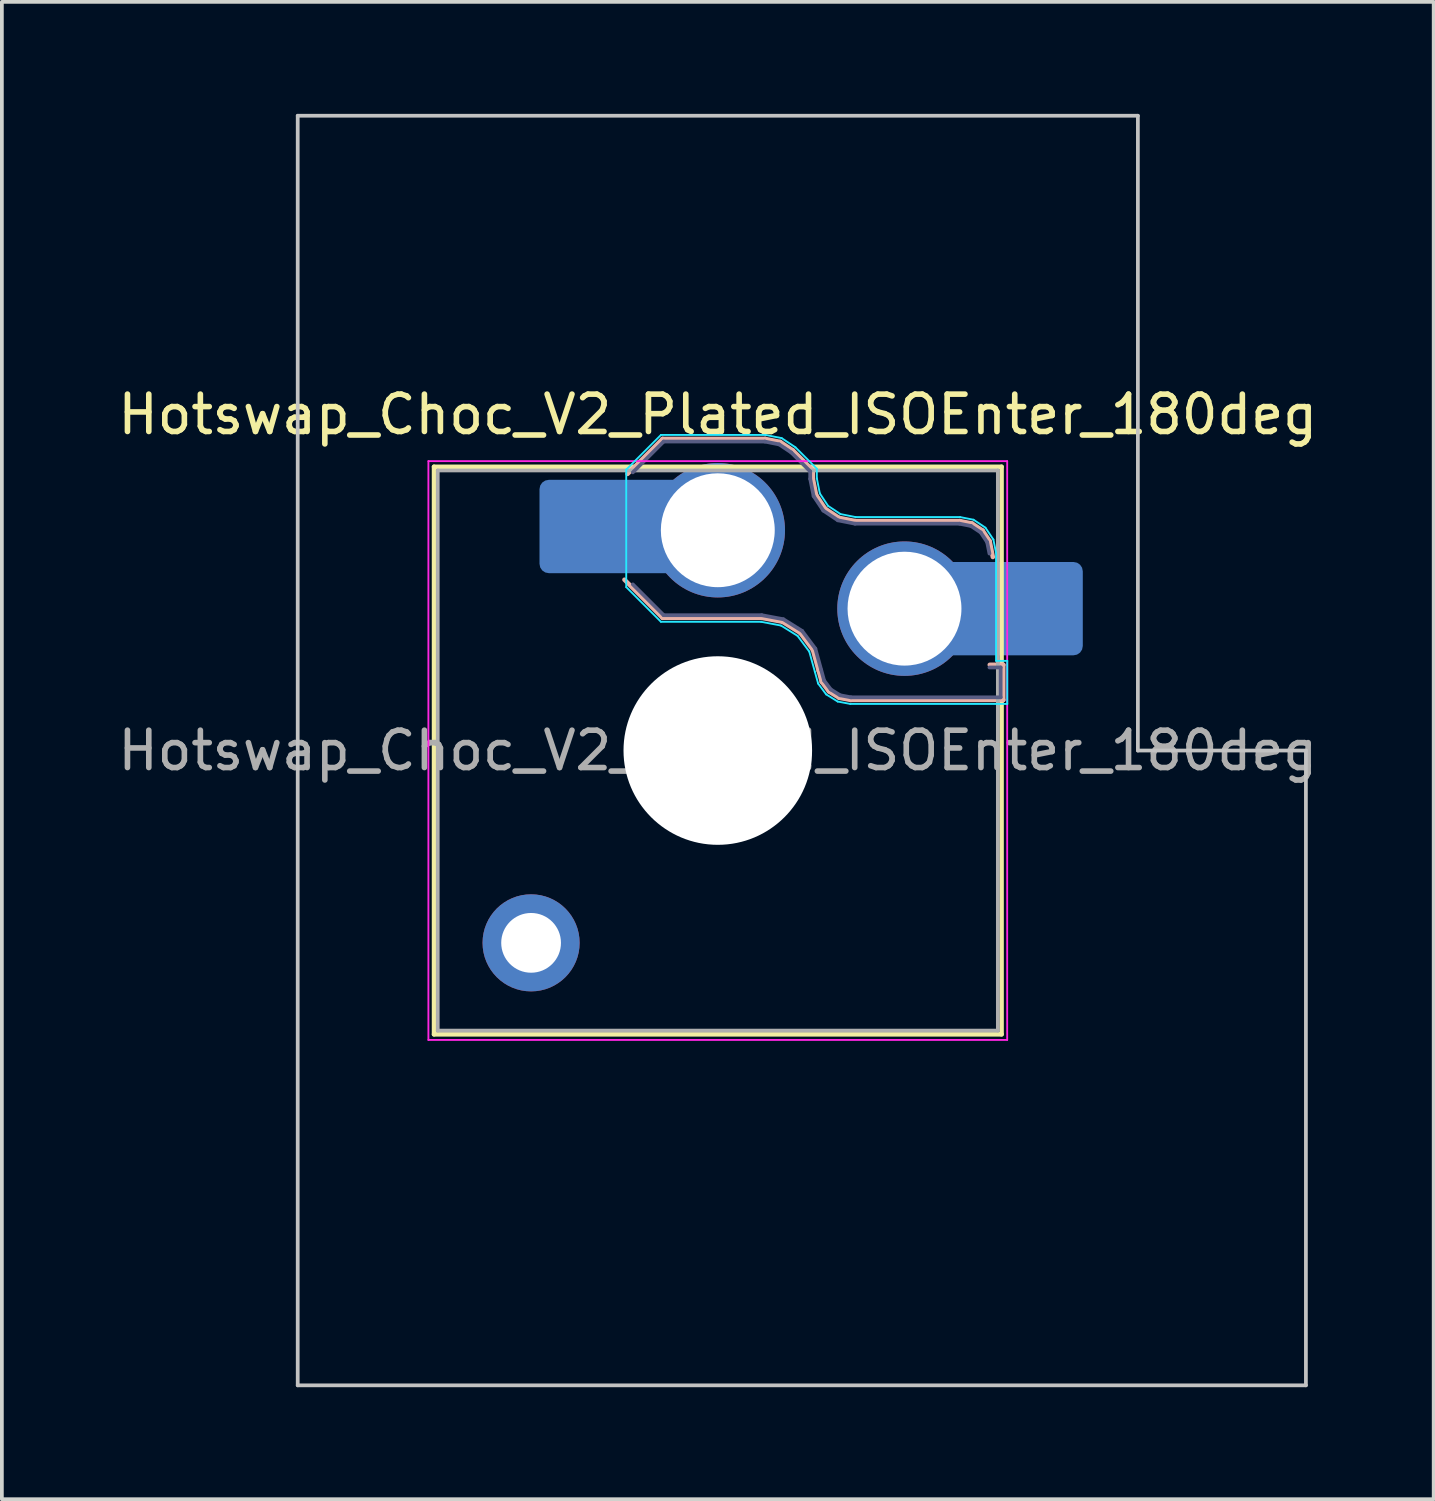
<source format=kicad_pcb>
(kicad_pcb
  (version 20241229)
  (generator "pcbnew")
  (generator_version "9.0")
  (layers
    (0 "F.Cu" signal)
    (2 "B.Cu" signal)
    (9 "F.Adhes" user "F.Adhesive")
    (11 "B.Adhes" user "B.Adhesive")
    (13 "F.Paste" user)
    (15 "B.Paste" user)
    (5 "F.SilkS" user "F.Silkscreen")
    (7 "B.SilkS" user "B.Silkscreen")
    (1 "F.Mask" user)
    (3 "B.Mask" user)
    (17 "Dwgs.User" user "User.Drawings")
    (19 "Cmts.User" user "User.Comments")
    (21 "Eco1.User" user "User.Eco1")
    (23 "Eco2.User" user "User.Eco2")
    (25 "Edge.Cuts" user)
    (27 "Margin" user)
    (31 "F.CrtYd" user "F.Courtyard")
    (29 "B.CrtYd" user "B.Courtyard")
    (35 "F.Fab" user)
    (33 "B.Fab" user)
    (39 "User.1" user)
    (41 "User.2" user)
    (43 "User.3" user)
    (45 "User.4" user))
  (footprint "Hotswap_Choc_V2_Plated_ISOEnter_180deg"
    (layer "F.Cu")
    (at 16.173 17.05)
    (property "Reference" "Hotswap_Choc_V2_Plated_ISOEnter_180deg" (at 0 -9 0) (layer "F.SilkS") (effects (font (size 1 1) (thickness 0.15))))
    (attr smd)
    (fp_line (start -7.6 -7.6) (end -7.6 7.6) (stroke (width 0.12) (type solid)) (layer "F.SilkS"))
    (fp_line (start -7.6 7.6) (end 7.6 7.6) (stroke (width 0.12) (type solid)) (layer "F.SilkS"))
    (fp_line (start 7.6 -7.6) (end -7.6 -7.6) (stroke (width 0.12) (type solid)) (layer "F.SilkS"))
    (fp_line (start 7.6 7.6) (end 7.6 -7.6) (stroke (width 0.12) (type solid)) (layer "F.SilkS"))
    (fp_line (start -2.416 -7.409) (end -1.479 -8.346) (stroke (width 0.12) (type solid)) (layer "B.SilkS"))
    (fp_line (start -1.479 -8.346) (end 1.268 -8.346) (stroke (width 0.12) (type solid)) (layer "B.SilkS"))
    (fp_line (start -1.479 -3.554) (end -2.5 -4.575) (stroke (width 0.12) (type solid)) (layer "B.SilkS"))
    (fp_line (start 1.168 -3.554) (end -1.479 -3.554) (stroke (width 0.12) (type solid)) (layer "B.SilkS"))
    (fp_line (start 1.268 -8.346) (end 1.671 -8.266) (stroke (width 0.12) (type solid)) (layer "B.SilkS"))
    (fp_line (start 1.671 -8.266) (end 2.013 -8.037) (stroke (width 0.12) (type solid)) (layer "B.SilkS"))
    (fp_line (start 1.73 -3.449) (end 1.168 -3.554) (stroke (width 0.12) (type solid)) (layer "B.SilkS"))
    (fp_line (start 2.013 -8.037) (end 2.546 -7.504) (stroke (width 0.12) (type solid)) (layer "B.SilkS"))
    (fp_line (start 2.209 -3.15) (end 1.73 -3.449) (stroke (width 0.12) (type solid)) (layer "B.SilkS"))
    (fp_line (start 2.546 -7.504) (end 2.546 -7.282) (stroke (width 0.12) (type solid)) (layer "B.SilkS"))
    (fp_line (start 2.546 -7.282) (end 2.633 -6.844) (stroke (width 0.12) (type solid)) (layer "B.SilkS"))
    (fp_line (start 2.547 -2.697) (end 2.209 -3.15) (stroke (width 0.12) (type solid)) (layer "B.SilkS"))
    (fp_line (start 2.633 -6.844) (end 2.877 -6.477) (stroke (width 0.12) (type solid)) (layer "B.SilkS"))
    (fp_line (start 2.701 -2.139) (end 2.547 -2.697) (stroke (width 0.12) (type solid)) (layer "B.SilkS"))
    (fp_line (start 2.783 -1.841) (end 2.701 -2.139) (stroke (width 0.12) (type solid)) (layer "B.SilkS"))
    (fp_line (start 2.877 -6.477) (end 3.244 -6.233) (stroke (width 0.12) (type solid)) (layer "B.SilkS"))
    (fp_line (start 2.976 -1.583) (end 2.783 -1.841) (stroke (width 0.12) (type solid)) (layer "B.SilkS"))
    (fp_line (start 3.244 -6.233) (end 3.682 -6.146) (stroke (width 0.12) (type solid)) (layer "B.SilkS"))
    (fp_line (start 3.25 -1.413) (end 2.976 -1.583) (stroke (width 0.12) (type solid)) (layer "B.SilkS"))
    (fp_line (start 3.56 -1.354) (end 3.25 -1.413) (stroke (width 0.12) (type solid)) (layer "B.SilkS"))
    (fp_line (start 3.682 -6.146) (end 6.482 -6.146) (stroke (width 0.12) (type solid)) (layer "B.SilkS"))
    (fp_line (start 6.482 -6.146) (end 6.809 -6.081) (stroke (width 0.12) (type solid)) (layer "B.SilkS"))
    (fp_line (start 6.809 -6.081) (end 7.092 -5.892) (stroke (width 0.12) (type solid)) (layer "B.SilkS"))
    (fp_line (start 7.092 -5.892) (end 7.281 -5.609) (stroke (width 0.12) (type solid)) (layer "B.SilkS"))
    (fp_line (start 7.281 -5.609) (end 7.366 -5.182) (stroke (width 0.12) (type solid)) (layer "B.SilkS"))
    (fp_line (start 7.283 -2.296) (end 7.646 -2.296) (stroke (width 0.12) (type solid)) (layer "B.SilkS"))
    (fp_line (start 7.646 -2.296) (end 7.646 -1.354) (stroke (width 0.12) (type solid)) (layer "B.SilkS"))
    (fp_line (start 7.646 -1.354) (end 3.56 -1.354) (stroke (width 0.12) (type solid)) (layer "B.SilkS"))
    (fp_line (start -11.25 -17) (end -11.25 17) (stroke (width 0.1) (type solid)) (layer "Dwgs.User"))
    (fp_line (start -11.25 17) (end 15.75 17) (stroke (width 0.1) (type solid)) (layer "Dwgs.User"))
    (fp_line (start 11.25 -17) (end -11.25 -17) (stroke (width 0.1) (type solid)) (layer "Dwgs.User"))
    (fp_line (start 11.25 0) (end 11.25 -17) (stroke (width 0.1) (type solid)) (layer "Dwgs.User"))
    (fp_line (start 15.75 0) (end 11.25 0) (stroke (width 0.1) (type solid)) (layer "Dwgs.User"))
    (fp_line (start 15.75 17) (end 15.75 0) (stroke (width 0.1) (type solid)) (layer "Dwgs.User"))
    (fp_line (start -7.25 -7.25) (end -7.25 7.25) (stroke (width 0.1) (type solid)) (layer "Eco1.User"))
    (fp_line (start -7.25 7.25) (end 7.25 7.25) (stroke (width 0.1) (type solid)) (layer "Eco1.User"))
    (fp_line (start 7.25 -7.25) (end -7.25 -7.25) (stroke (width 0.1) (type solid)) (layer "Eco1.User"))
    (fp_line (start 7.25 7.25) (end 7.25 -7.25) (stroke (width 0.1) (type solid)) (layer "Eco1.User"))
    (fp_line (start -2.452 -7.523) (end -1.523 -8.452) (stroke (width 0.05) (type solid)) (layer "B.CrtYd"))
    (fp_line (start -2.452 -4.377) (end -2.452 -7.523) (stroke (width 0.05) (type solid)) (layer "B.CrtYd"))
    (fp_line (start -1.523 -8.452) (end 1.278 -8.452) (stroke (width 0.05) (type solid)) (layer "B.CrtYd"))
    (fp_line (start -1.523 -3.448) (end -2.452 -4.377) (stroke (width 0.05) (type solid)) (layer "B.CrtYd"))
    (fp_line (start 1.159 -3.448) (end -1.523 -3.448) (stroke (width 0.05) (type solid)) (layer "B.CrtYd"))
    (fp_line (start 1.278 -8.452) (end 1.712 -8.366) (stroke (width 0.05) (type solid)) (layer "B.CrtYd"))
    (fp_line (start 1.691 -3.348) (end 1.159 -3.448) (stroke (width 0.05) (type solid)) (layer "B.CrtYd"))
    (fp_line (start 1.712 -8.366) (end 2.081 -8.119) (stroke (width 0.05) (type solid)) (layer "B.CrtYd"))
    (fp_line (start 2.081 -8.119) (end 2.652 -7.548) (stroke (width 0.05) (type solid)) (layer "B.CrtYd"))
    (fp_line (start 2.136 -3.071) (end 1.691 -3.348) (stroke (width 0.05) (type solid)) (layer "B.CrtYd"))
    (fp_line (start 2.45 -2.65) (end 2.136 -3.071) (stroke (width 0.05) (type solid)) (layer "B.CrtYd"))
    (fp_line (start 2.599 -2.111) (end 2.45 -2.65) (stroke (width 0.05) (type solid)) (layer "B.CrtYd"))
    (fp_line (start 2.652 -7.548) (end 2.652 -7.292) (stroke (width 0.05) (type solid)) (layer "B.CrtYd"))
    (fp_line (start 2.652 -7.292) (end 2.733 -6.885) (stroke (width 0.05) (type solid)) (layer "B.CrtYd"))
    (fp_line (start 2.687 -1.794) (end 2.599 -2.111) (stroke (width 0.05) (type solid)) (layer "B.CrtYd"))
    (fp_line (start 2.733 -6.885) (end 2.953 -6.553) (stroke (width 0.05) (type solid)) (layer "B.CrtYd"))
    (fp_line (start 2.903 -1.503) (end 2.687 -1.794) (stroke (width 0.05) (type solid)) (layer "B.CrtYd"))
    (fp_line (start 2.953 -6.553) (end 3.285 -6.333) (stroke (width 0.05) (type solid)) (layer "B.CrtYd"))
    (fp_line (start 3.211 -1.312) (end 2.903 -1.503) (stroke (width 0.05) (type solid)) (layer "B.CrtYd"))
    (fp_line (start 3.285 -6.333) (end 3.692 -6.252) (stroke (width 0.05) (type solid)) (layer "B.CrtYd"))
    (fp_line (start 3.55 -1.248) (end 3.211 -1.312) (stroke (width 0.05) (type solid)) (layer "B.CrtYd"))
    (fp_line (start 3.692 -6.252) (end 6.492 -6.252) (stroke (width 0.05) (type solid)) (layer "B.CrtYd"))
    (fp_line (start 6.492 -6.252) (end 6.85 -6.181) (stroke (width 0.05) (type solid)) (layer "B.CrtYd"))
    (fp_line (start 6.85 -6.181) (end 7.168 -5.968) (stroke (width 0.05) (type solid)) (layer "B.CrtYd"))
    (fp_line (start 7.168 -5.968) (end 7.381 -5.65) (stroke (width 0.05) (type solid)) (layer "B.CrtYd"))
    (fp_line (start 7.381 -5.65) (end 7.452 -5.292) (stroke (width 0.05) (type solid)) (layer "B.CrtYd"))
    (fp_line (start 7.452 -5.292) (end 7.452 -2.402) (stroke (width 0.05) (type solid)) (layer "B.CrtYd"))
    (fp_line (start 7.452 -2.402) (end 7.752 -2.402) (stroke (width 0.05) (type solid)) (layer "B.CrtYd"))
    (fp_line (start 7.752 -2.402) (end 7.752 -1.248) (stroke (width 0.05) (type solid)) (layer "B.CrtYd"))
    (fp_line (start 7.752 -1.248) (end 3.55 -1.248) (stroke (width 0.05) (type solid)) (layer "B.CrtYd"))
    (fp_line (start -7.75 -7.75) (end -7.75 7.75) (stroke (width 0.05) (type solid)) (layer "F.CrtYd"))
    (fp_line (start -7.75 7.75) (end 7.75 7.75) (stroke (width 0.05) (type solid)) (layer "F.CrtYd"))
    (fp_line (start 7.75 -7.75) (end -7.75 -7.75) (stroke (width 0.05) (type solid)) (layer "F.CrtYd"))
    (fp_line (start 7.75 7.75) (end 7.75 -7.75) (stroke (width 0.05) (type solid)) (layer "F.CrtYd"))
    (fp_line (start -2.275 -7.45) (end -1.45 -8.275) (stroke (width 0.1) (type solid)) (layer "B.Fab"))
    (fp_line (start -1.45 -8.275) (end 1.261 -8.275) (stroke (width 0.1) (type solid)) (layer "B.Fab"))
    (fp_line (start -1.45 -3.625) (end -2.275 -4.45) (stroke (width 0.1) (type solid)) (layer "B.Fab"))
    (fp_line (start 1.175 -3.625) (end -1.45 -3.625) (stroke (width 0.1) (type solid)) (layer "B.Fab"))
    (fp_line (start 1.261 -8.275) (end 1.643 -8.199) (stroke (width 0.1) (type solid)) (layer "B.Fab"))
    (fp_line (start 1.643 -8.199) (end 1.968 -7.982) (stroke (width 0.1) (type solid)) (layer "B.Fab"))
    (fp_line (start 1.756 -3.516) (end 1.175 -3.625) (stroke (width 0.1) (type solid)) (layer "B.Fab"))
    (fp_line (start 1.968 -7.982) (end 2.475 -7.475) (stroke (width 0.1) (type solid)) (layer "B.Fab"))
    (fp_line (start 2.258 -3.203) (end 1.756 -3.516) (stroke (width 0.1) (type solid)) (layer "B.Fab"))
    (fp_line (start 2.475 -7.475) (end 2.475 -7.275) (stroke (width 0.1) (type solid)) (layer "B.Fab"))
    (fp_line (start 2.475 -7.275) (end 2.566 -6.816) (stroke (width 0.1) (type solid)) (layer "B.Fab"))
    (fp_line (start 2.566 -6.816) (end 2.826 -6.426) (stroke (width 0.1) (type solid)) (layer "B.Fab"))
    (fp_line (start 2.612 -2.729) (end 2.258 -3.203) (stroke (width 0.1) (type solid)) (layer "B.Fab"))
    (fp_line (start 2.769 -2.158) (end 2.612 -2.729) (stroke (width 0.1) (type solid)) (layer "B.Fab"))
    (fp_line (start 2.826 -6.426) (end 3.216 -6.166) (stroke (width 0.1) (type solid)) (layer "B.Fab"))
    (fp_line (start 2.848 -1.873) (end 2.769 -2.158) (stroke (width 0.1) (type solid)) (layer "B.Fab"))
    (fp_line (start 3.025 -1.636) (end 2.848 -1.873) (stroke (width 0.1) (type solid)) (layer "B.Fab"))
    (fp_line (start 3.216 -6.166) (end 3.675 -6.075) (stroke (width 0.1) (type solid)) (layer "B.Fab"))
    (fp_line (start 3.276 -1.48) (end 3.025 -1.636) (stroke (width 0.1) (type solid)) (layer "B.Fab"))
    (fp_line (start 3.567 -1.425) (end 3.276 -1.48) (stroke (width 0.1) (type solid)) (layer "B.Fab"))
    (fp_line (start 3.675 -6.075) (end 6.475 -6.075) (stroke (width 0.1) (type solid)) (layer "B.Fab"))
    (fp_line (start 6.475 -6.075) (end 6.781 -6.014) (stroke (width 0.1) (type solid)) (layer "B.Fab"))
    (fp_line (start 6.781 -6.014) (end 7.041 -5.841) (stroke (width 0.1) (type solid)) (layer "B.Fab"))
    (fp_line (start 7.041 -5.841) (end 7.214 -5.581) (stroke (width 0.1) (type solid)) (layer "B.Fab"))
    (fp_line (start 7.214 -5.581) (end 7.275 -5.275) (stroke (width 0.1) (type solid)) (layer "B.Fab"))
    (fp_line (start 7.275 -2.225) (end 7.575 -2.225) (stroke (width 0.1) (type solid)) (layer "B.Fab"))
    (fp_line (start 7.575 -2.225) (end 7.575 -1.425) (stroke (width 0.1) (type solid)) (layer "B.Fab"))
    (fp_line (start 7.575 -1.425) (end 3.567 -1.425) (stroke (width 0.1) (type solid)) (layer "B.Fab"))
    (fp_line (start -7.5 -7.5) (end -7.5 7.5) (stroke (width 0.1) (type solid)) (layer "F.Fab"))
    (fp_line (start -7.5 7.5) (end 7.5 7.5) (stroke (width 0.1) (type solid)) (layer "F.Fab"))
    (fp_line (start 7.5 -7.5) (end -7.5 -7.5) (stroke (width 0.1) (type solid)) (layer "F.Fab"))
    (fp_line (start 7.5 7.5) (end 7.5 -7.5) (stroke (width 0.1) (type solid)) (layer "F.Fab"))
    (fp_text user "${REFERENCE}" (at 0 0 0) (layer "F.Fab") (effects (font (size 1 1) (thickness 0.15))))
    (pad "" thru_hole circle (at -5 5.15) (size 2.6 2.6) (drill 1.6) (layers "*.Cu" "*.Mask"))
    (pad "" smd roundrect (at -3.5 -6) (size 2.55 2.5) (layers "B.Mask" "B.Paste") (roundrect_rratio 0.1))
    (pad "" np_thru_hole circle (at 0 0) (size 5.05 5.05) (drill 5.05) (layers "*.Cu" "*.Mask"))
    (pad "" smd roundrect (at 8.5 -3.8) (size 2.55 2.5) (layers "B.Mask" "B.Paste") (roundrect_rratio 0.1))
    (pad "1" smd roundrect (at -2.85 -6) (size 3.85 2.5) (layers "B.Cu") (roundrect_rratio 0.1))
    (pad "1" thru_hole circle (at 0 -5.9) (size 3.6 3.6) (drill 3.05) (layers "*.Cu" "*.Mask"))
    (pad "2" thru_hole circle (at 5 -3.8) (size 3.6 3.6) (drill 3.05) (layers "*.Cu" "*.Mask"))
    (pad "2" smd roundrect (at 7.85 -3.8) (size 3.85 2.5) (layers "B.Cu") (roundrect_rratio 0.1)))
  (gr_rect
    (start -3 -3)
    (end 35.345 37.1)
    (stroke (width 0.1) (type default))
    (fill no)
    (layer "Edge.Cuts")))
</source>
